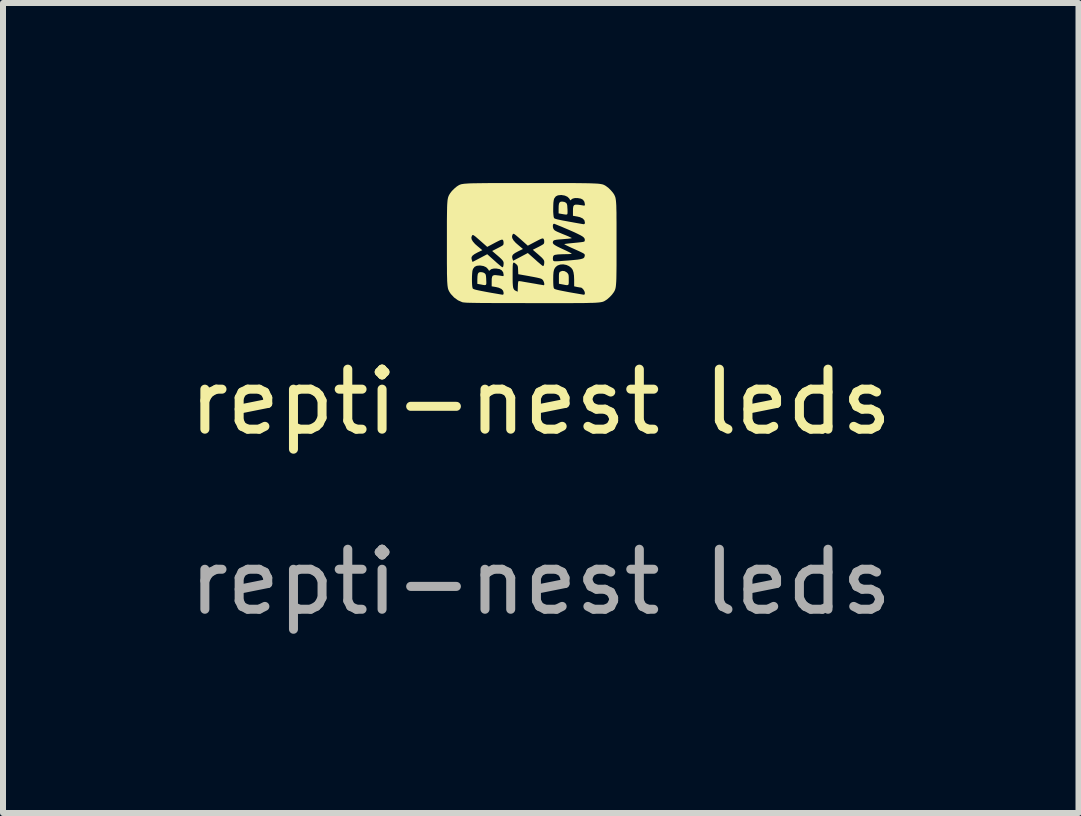
<source format=kicad_pcb>
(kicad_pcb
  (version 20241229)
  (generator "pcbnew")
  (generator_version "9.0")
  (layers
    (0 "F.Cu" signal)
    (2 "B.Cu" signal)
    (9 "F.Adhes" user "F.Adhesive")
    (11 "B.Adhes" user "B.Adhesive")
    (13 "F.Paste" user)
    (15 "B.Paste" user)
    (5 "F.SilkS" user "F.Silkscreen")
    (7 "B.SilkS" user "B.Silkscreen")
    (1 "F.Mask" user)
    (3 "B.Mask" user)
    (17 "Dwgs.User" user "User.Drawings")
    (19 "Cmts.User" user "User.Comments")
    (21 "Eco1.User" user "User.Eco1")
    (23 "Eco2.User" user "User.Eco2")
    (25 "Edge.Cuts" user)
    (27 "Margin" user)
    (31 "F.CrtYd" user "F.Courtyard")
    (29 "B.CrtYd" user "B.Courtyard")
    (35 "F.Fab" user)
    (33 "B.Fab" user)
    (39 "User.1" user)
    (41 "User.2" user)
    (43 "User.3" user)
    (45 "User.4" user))
  (footprint "repti-nest leds"
    (layer "F.Cu")
    (at 5.958 4.145)
    (property "Reference" "repti-nest leds" (at 0 -0.5 0) (unlocked yes) (layer "F.SilkS") (effects (font (size 1 1) (thickness 0.15))))
    (attr smd)
    (fp_poly (pts (xy -0.96 -2.656) (xy -0.935 -2.643) (xy -0.924 -2.632) (xy -0.916 -2.618) (xy -0.912 -2.596) (xy -0.909 -2.561) (xy -0.908 -2.534) (xy -0.906 -2.49) (xy -0.907 -2.463) (xy -0.915 -2.449) (xy -0.932 -2.445) (xy -0.963 -2.449) (xy -0.998 -2.456) (xy -1.056 -2.466) (xy -1.056 -2.538) (xy -1.054 -2.591) (xy -1.049 -2.626) (xy -1.039 -2.648) (xy -1.022 -2.659) (xy -0.998 -2.662) (xy -0.997 -2.662)) (stroke (width 0) (type solid)) (fill yes) (layer "F.SilkS"))
    (fp_poly (pts (xy 0.394 -3.831) (xy 0.419 -3.818) (xy 0.43 -3.807) (xy 0.437 -3.792) (xy 0.442 -3.77) (xy 0.444 -3.735) (xy 0.446 -3.708) (xy 0.447 -3.664) (xy 0.446 -3.637) (xy 0.439 -3.623) (xy 0.422 -3.62) (xy 0.391 -3.624) (xy 0.355 -3.63) (xy 0.298 -3.64) (xy 0.298 -3.713) (xy 0.299 -3.765) (xy 0.304 -3.801) (xy 0.315 -3.823) (xy 0.331 -3.834) (xy 0.356 -3.837) (xy 0.356 -3.837)) (stroke (width 0) (type solid)) (fill yes) (layer "F.SilkS"))
    (fp_poly (pts (xy 0.395 -2.679) (xy 0.43 -2.66) (xy 0.438 -2.653) (xy 0.452 -2.638) (xy 0.46 -2.624) (xy 0.465 -2.605) (xy 0.467 -2.576) (xy 0.467 -2.534) (xy 0.467 -2.491) (xy 0.465 -2.463) (xy 0.457 -2.449) (xy 0.439 -2.444) (xy 0.409 -2.448) (xy 0.363 -2.457) (xy 0.363 -2.457) (xy 0.303 -2.468) (xy 0.303 -2.561) (xy 0.303 -2.606) (xy 0.305 -2.635) (xy 0.31 -2.653) (xy 0.317 -2.664) (xy 0.322 -2.668) (xy 0.357 -2.682)) (stroke (width 0) (type solid)) (fill yes) (layer "F.SilkS"))
    (fp_poly (pts (xy 0.183 -4.145) (xy 0.323 -4.145) (xy 0.446 -4.145) (xy 0.554 -4.145) (xy 0.648 -4.144) (xy 0.728 -4.143) (xy 0.797 -4.142) (xy 0.855 -4.14) (xy 0.903 -4.138) (xy 0.942 -4.136) (xy 0.975 -4.133) (xy 1.001 -4.129) (xy 1.022 -4.125) (xy 1.038 -4.121) (xy 1.052 -4.115) (xy 1.065 -4.109) (xy 1.077 -4.102) (xy 1.089 -4.094) (xy 1.093 -4.091) (xy 1.131 -4.062) (xy 1.17 -4.023) (xy 1.204 -3.983) (xy 1.216 -3.965) (xy 1.225 -3.951) (xy 1.232 -3.936) (xy 1.239 -3.92) (xy 1.245 -3.901) (xy 1.249 -3.879) (xy 1.253 -3.85) (xy 1.256 -3.815) (xy 1.259 -3.77) (xy 1.26 -3.716) (xy 1.262 -3.65) (xy 1.262 -3.571) (xy 1.263 -3.478) (xy 1.263 -3.369) (xy 1.263 -3.242) (xy 1.263 -3.145) (xy 1.263 -3.006) (xy 1.263 -2.885) (xy 1.263 -2.781) (xy 1.262 -2.692) (xy 1.261 -2.617) (xy 1.26 -2.555) (xy 1.258 -2.505) (xy 1.255 -2.463) (xy 1.252 -2.43) (xy 1.248 -2.404) (xy 1.243 -2.382) (xy 1.237 -2.365) (xy 1.23 -2.349) (xy 1.222 -2.335) (xy 1.216 -2.325) (xy 1.187 -2.286) (xy 1.149 -2.246) (xy 1.11 -2.211) (xy 1.093 -2.199) (xy 1.08 -2.191) (xy 1.069 -2.184) (xy 1.057 -2.177) (xy 1.043 -2.171) (xy 1.028 -2.166) (xy 1.008 -2.162) (xy 0.984 -2.158) (xy 0.954 -2.155) (xy 0.917 -2.152) (xy 0.872 -2.15) (xy 0.818 -2.149) (xy 0.753 -2.147) (xy 0.677 -2.146) (xy 0.588 -2.146) (xy 0.485 -2.145) (xy 0.367 -2.145) (xy 0.233 -2.145) (xy 0.082 -2.145) (xy -0.087 -2.145) (xy -0.154 -2.145) (xy -0.329 -2.146) (xy -0.486 -2.146) (xy -0.624 -2.146) (xy -0.746 -2.146) (xy -0.853 -2.147) (xy -0.945 -2.147) (xy -1.023 -2.148) (xy -1.09 -2.149) (xy -1.145 -2.15) (xy -1.19 -2.151) (xy -1.227 -2.152) (xy -1.255 -2.154) (xy -1.277 -2.156) (xy -1.293 -2.158) (xy -1.304 -2.16) (xy -1.308 -2.161) (xy -1.378 -2.192) (xy -1.443 -2.239) (xy -1.498 -2.298) (xy -1.516 -2.325) (xy -1.525 -2.34) (xy -1.532 -2.354) (xy -1.539 -2.37) (xy -1.545 -2.389) (xy -1.549 -2.411) (xy -1.553 -2.44) (xy -1.556 -2.476) (xy -1.559 -2.52) (xy -1.559 -2.544) (xy -1.146 -2.544) (xy -1.145 -2.493) (xy -1.143 -2.447) (xy -1.139 -2.412) (xy -1.133 -2.39) (xy -1.132 -2.389) (xy -1.123 -2.382) (xy -1.106 -2.375) (xy -1.079 -2.367) (xy -1.039 -2.358) (xy -0.984 -2.347) (xy -0.912 -2.333) (xy -0.885 -2.328) (xy -0.819 -2.316) (xy -0.759 -2.306) (xy -0.707 -2.297) (xy -0.667 -2.29) (xy -0.642 -2.286) (xy -0.635 -2.285) (xy -0.622 -2.29) (xy -0.618 -2.309) (xy -0.618 -2.315) (xy -0.627 -2.352) (xy -0.654 -2.381) (xy -0.7 -2.402) (xy -0.745 -2.413) (xy -0.817 -2.425) (xy -0.817 -2.502) (xy -0.816 -2.552) (xy -0.81 -2.584) (xy -0.798 -2.603) (xy -0.776 -2.611) (xy -0.743 -2.611) (xy -0.728 -2.609) (xy -0.691 -2.605) (xy -0.659 -2.6) (xy -0.642 -2.597) (xy -0.624 -2.595) (xy -0.618 -2.605) (xy -0.618 -2.617) (xy -0.618 -2.618) (xy -0.468 -2.618) (xy -0.468 -2.542) (xy -0.467 -2.483) (xy -0.464 -2.439) (xy -0.46 -2.407) (xy -0.452 -2.384) (xy -0.442 -2.368) (xy -0.429 -2.357) (xy -0.415 -2.35) (xy -0.384 -2.335) (xy -0.381 -2.424) (xy -0.379 -2.468) (xy -0.376 -2.495) (xy -0.371 -2.509) (xy -0.364 -2.513) (xy -0.35 -2.511) (xy -0.319 -2.507) (xy -0.276 -2.499) (xy -0.223 -2.49) (xy -0.163 -2.48) (xy -0.153 -2.478) (xy -0.093 -2.468) (xy -0.039 -2.458) (xy 0.005 -2.451) (xy 0.035 -2.446) (xy 0.05 -2.443) (xy 0.051 -2.443) (xy 0.059 -2.451) (xy 0.059 -2.471) (xy 0.053 -2.496) (xy 0.042 -2.52) (xy 0.035 -2.53) (xy 0.025 -2.54) (xy 0.022 -2.542) (xy 0.208 -2.542) (xy 0.209 -2.48) (xy 0.211 -2.436) (xy 0.215 -2.406) (xy 0.221 -2.39) (xy 0.222 -2.389) (xy 0.23 -2.382) (xy 0.247 -2.375) (xy 0.275 -2.367) (xy 0.315 -2.358) (xy 0.37 -2.347) (xy 0.442 -2.333) (xy 0.468 -2.328) (xy 0.535 -2.316) (xy 0.595 -2.306) (xy 0.647 -2.297) (xy 0.687 -2.29) (xy 0.712 -2.286) (xy 0.718 -2.285) (xy 0.731 -2.29) (xy 0.736 -2.31) (xy 0.736 -2.313) (xy 0.73 -2.338) (xy 0.715 -2.366) (xy 0.695 -2.389) (xy 0.676 -2.403) (xy 0.671 -2.404) (xy 0.654 -2.406) (xy 0.625 -2.411) (xy 0.607 -2.414) (xy 0.557 -2.425) (xy 0.557 -2.536) (xy 0.554 -2.605) (xy 0.546 -2.658) (xy 0.532 -2.7) (xy 0.509 -2.732) (xy 0.476 -2.758) (xy 0.475 -2.76) (xy 0.428 -2.781) (xy 0.376 -2.791) (xy 0.326 -2.788) (xy 0.283 -2.773) (xy 0.278 -2.77) (xy 0.252 -2.75) (xy 0.234 -2.727) (xy 0.221 -2.699) (xy 0.213 -2.661) (xy 0.209 -2.61) (xy 0.208 -2.543) (xy 0.208 -2.542) (xy 0.022 -2.542) (xy 0.014 -2.548) (xy -0.003 -2.555) (xy -0.028 -2.562) (xy -0.063 -2.57) (xy -0.113 -2.58) (xy -0.179 -2.592) (xy -0.181 -2.593) (xy -0.374 -2.627) (xy -0.377 -2.699) (xy -0.379 -2.737) (xy -0.383 -2.762) (xy -0.392 -2.778) (xy -0.406 -2.793) (xy -0.41 -2.796) (xy -0.429 -2.811) (xy -0.443 -2.82) (xy -0.453 -2.821) (xy -0.46 -2.811) (xy -0.465 -2.789) (xy -0.467 -2.754) (xy -0.468 -2.702) (xy -0.468 -2.633) (xy -0.468 -2.618) (xy -0.618 -2.618) (xy -0.626 -2.66) (xy -0.65 -2.692) (xy -0.685 -2.712) (xy -0.736 -2.721) (xy -0.782 -2.721) (xy -0.819 -2.713) (xy -0.838 -2.701) (xy -0.853 -2.688) (xy -0.861 -2.684) (xy -0.861 -2.684) (xy -0.867 -2.694) (xy -0.879 -2.713) (xy -0.879 -2.713) (xy -0.909 -2.743) (xy -0.953 -2.763) (xy -1.007 -2.772) (xy -1.018 -2.772) (xy -1.066 -2.767) (xy -1.101 -2.75) (xy -1.125 -2.719) (xy -1.131 -2.706) (xy -1.138 -2.681) (xy -1.142 -2.642) (xy -1.145 -2.595) (xy -1.146 -2.544) (xy -1.559 -2.544) (xy -1.56 -2.574) (xy -1.562 -2.64) (xy -1.562 -2.719) (xy -1.563 -2.812) (xy -1.563 -2.921) (xy -1.563 -3.048) (xy -1.563 -3.145) (xy -1.563 -3.244) (xy -1.155 -3.244) (xy -1.152 -3.21) (xy -1.131 -3.173) (xy -1.094 -3.13) (xy -1.054 -3.095) (xy -0.973 -3.027) (xy -1.057 -2.987) (xy -1.105 -2.96) (xy -1.136 -2.936) (xy -1.152 -2.912) (xy -1.153 -2.884) (xy -1.146 -2.859) (xy -1.136 -2.831) (xy -1.014 -2.895) (xy -0.891 -2.96) (xy -0.769 -2.851) (xy -0.728 -2.814) (xy -0.691 -2.783) (xy -0.662 -2.759) (xy -0.644 -2.745) (xy -0.638 -2.742) (xy -0.628 -2.75) (xy -0.624 -2.758) (xy -0.62 -2.778) (xy -0.618 -2.806) (xy -0.618 -2.807) (xy -0.619 -2.824) (xy -0.625 -2.841) (xy -0.637 -2.859) (xy -0.657 -2.881) (xy -0.688 -2.91) (xy -0.733 -2.949) (xy -0.736 -2.951) (xy -0.809 -3.014) (xy -0.721 -3.059) (xy -0.682 -3.079) (xy -0.651 -3.096) (xy -0.631 -3.109) (xy -0.625 -3.114) (xy -0.619 -3.137) (xy -0.619 -3.165) (xy -0.626 -3.191) (xy -0.632 -3.199) (xy -0.641 -3.203) (xy -0.656 -3.201) (xy -0.68 -3.192) (xy -0.715 -3.175) (xy -0.764 -3.15) (xy -0.769 -3.147) (xy -0.891 -3.082) (xy -1.01 -3.187) (xy -1.055 -3.226) (xy -1.087 -3.254) (xy -1.1 -3.263) (xy -0.478 -3.263) (xy -0.475 -3.23) (xy -0.455 -3.193) (xy -0.417 -3.15) (xy -0.377 -3.115) (xy -0.296 -3.047) (xy -0.38 -3.006) (xy -0.428 -2.98) (xy -0.46 -2.956) (xy -0.475 -2.931) (xy -0.476 -2.904) (xy -0.469 -2.878) (xy -0.459 -2.851) (xy -0.215 -2.98) (xy -0.092 -2.871) (xy -0.051 -2.834) (xy -0.014 -2.803) (xy 0.014 -2.779) (xy 0.033 -2.765) (xy 0.039 -2.762) (xy 0.049 -2.77) (xy 0.053 -2.778) (xy 0.057 -2.798) (xy 0.059 -2.826) (xy 0.059 -2.827) (xy 0.058 -2.844) (xy 0.052 -2.861) (xy 0.04 -2.878) (xy 0.02 -2.901) (xy -0.012 -2.93) (xy -0.056 -2.969) (xy -0.059 -2.971) (xy -0.132 -3.034) (xy -0.044 -3.078) (xy -0.006 -3.098) (xy 0.026 -3.116) (xy 0.046 -3.129) (xy 0.051 -3.134) (xy 0.058 -3.156) (xy 0.058 -3.158) (xy 0.201 -3.158) (xy 0.204 -3.142) (xy 0.216 -3.126) (xy 0.24 -3.109) (xy 0.277 -3.088) (xy 0.33 -3.062) (xy 0.367 -3.045) (xy 0.417 -3.022) (xy 0.46 -3.001) (xy 0.493 -2.984) (xy 0.512 -2.973) (xy 0.517 -2.969) (xy 0.508 -2.966) (xy 0.483 -2.963) (xy 0.446 -2.961) (xy 0.42 -2.961) (xy 0.37 -2.96) (xy 0.322 -2.958) (xy 0.282 -2.956) (xy 0.27 -2.954) (xy 0.237 -2.949) (xy 0.219 -2.941) (xy 0.209 -2.927) (xy 0.207 -2.923) (xy 0.202 -2.894) (xy 0.204 -2.87) (xy 0.206 -2.86) (xy 0.209 -2.852) (xy 0.216 -2.847) (xy 0.228 -2.843) (xy 0.249 -2.842) (xy 0.279 -2.843) (xy 0.322 -2.845) (xy 0.38 -2.85) (xy 0.455 -2.855) (xy 0.477 -2.857) (xy 0.555 -2.864) (xy 0.615 -2.87) (xy 0.659 -2.877) (xy 0.691 -2.885) (xy 0.712 -2.894) (xy 0.725 -2.907) (xy 0.731 -2.923) (xy 0.734 -2.937) (xy 0.734 -2.948) (xy 0.732 -2.956) (xy 0.724 -2.965) (xy 0.709 -2.976) (xy 0.683 -2.989) (xy 0.646 -3.007) (xy 0.593 -3.031) (xy 0.562 -3.045) (xy 0.508 -3.069) (xy 0.462 -3.091) (xy 0.425 -3.109) (xy 0.401 -3.122) (xy 0.392 -3.128) (xy 0.392 -3.128) (xy 0.403 -3.131) (xy 0.431 -3.135) (xy 0.472 -3.14) (xy 0.522 -3.145) (xy 0.564 -3.149) (xy 0.625 -3.155) (xy 0.669 -3.16) (xy 0.699 -3.164) (xy 0.717 -3.168) (xy 0.728 -3.173) (xy 0.732 -3.18) (xy 0.734 -3.189) (xy 0.734 -3.19) (xy 0.734 -3.208) (xy 0.729 -3.223) (xy 0.717 -3.239) (xy 0.696 -3.256) (xy 0.664 -3.275) (xy 0.62 -3.297) (xy 0.562 -3.325) (xy 0.487 -3.358) (xy 0.464 -3.368) (xy 0.4 -3.395) (xy 0.342 -3.42) (xy 0.292 -3.44) (xy 0.254 -3.456) (xy 0.229 -3.466) (xy 0.22 -3.468) (xy 0.208 -3.46) (xy 0.202 -3.439) (xy 0.203 -3.411) (xy 0.211 -3.385) (xy 0.219 -3.372) (xy 0.23 -3.36) (xy 0.248 -3.348) (xy 0.276 -3.334) (xy 0.316 -3.317) (xy 0.371 -3.294) (xy 0.421 -3.274) (xy 0.463 -3.256) (xy 0.495 -3.241) (xy 0.514 -3.232) (xy 0.517 -3.229) (xy 0.508 -3.225) (xy 0.483 -3.221) (xy 0.448 -3.217) (xy 0.43 -3.216) (xy 0.36 -3.21) (xy 0.307 -3.206) (xy 0.268 -3.202) (xy 0.242 -3.197) (xy 0.225 -3.193) (xy 0.215 -3.187) (xy 0.209 -3.18) (xy 0.206 -3.175) (xy 0.201 -3.158) (xy 0.058 -3.158) (xy 0.058 -3.185) (xy 0.051 -3.21) (xy 0.044 -3.219) (xy 0.035 -3.223) (xy 0.02 -3.221) (xy -0.003 -3.212) (xy -0.038 -3.195) (xy -0.088 -3.169) (xy -0.092 -3.167) (xy -0.215 -3.102) (xy -0.333 -3.207) (xy -0.378 -3.246) (xy -0.41 -3.273) (xy -0.433 -3.291) (xy -0.447 -3.299) (xy -0.457 -3.3) (xy -0.463 -3.296) (xy -0.465 -3.294) (xy -0.478 -3.263) (xy -1.1 -3.263) (xy -1.11 -3.271) (xy -1.124 -3.279) (xy -1.134 -3.28) (xy -1.14 -3.276) (xy -1.142 -3.274) (xy -1.155 -3.244) (xy -1.563 -3.244) (xy -1.563 -3.284) (xy -1.563 -3.406) (xy -1.563 -3.51) (xy -1.562 -3.598) (xy -1.561 -3.673) (xy -1.56 -3.718) (xy 0.208 -3.718) (xy 0.208 -3.667) (xy 0.211 -3.622) (xy 0.215 -3.586) (xy 0.221 -3.565) (xy 0.222 -3.563) (xy 0.23 -3.556) (xy 0.247 -3.549) (xy 0.275 -3.541) (xy 0.315 -3.532) (xy 0.37 -3.521) (xy 0.442 -3.508) (xy 0.468 -3.503) (xy 0.535 -3.491) (xy 0.595 -3.48) (xy 0.647 -3.471) (xy 0.687 -3.464) (xy 0.712 -3.46) (xy 0.718 -3.46) (xy 0.731 -3.464) (xy 0.736 -3.483) (xy 0.736 -3.489) (xy 0.727 -3.526) (xy 0.699 -3.556) (xy 0.654 -3.577) (xy 0.608 -3.588) (xy 0.537 -3.6) (xy 0.537 -3.677) (xy 0.538 -3.726) (xy 0.544 -3.759) (xy 0.556 -3.777) (xy 0.577 -3.785) (xy 0.611 -3.785) (xy 0.625 -3.784) (xy 0.662 -3.779) (xy 0.695 -3.774) (xy 0.711 -3.771) (xy 0.729 -3.769) (xy 0.735 -3.78) (xy 0.736 -3.791) (xy 0.727 -3.834) (xy 0.704 -3.867) (xy 0.669 -3.886) (xy 0.618 -3.895) (xy 0.572 -3.896) (xy 0.534 -3.887) (xy 0.516 -3.876) (xy 0.501 -3.862) (xy 0.493 -3.858) (xy 0.493 -3.858) (xy 0.487 -3.868) (xy 0.475 -3.887) (xy 0.475 -3.888) (xy 0.445 -3.917) (xy 0.401 -3.937) (xy 0.347 -3.946) (xy 0.336 -3.946) (xy 0.287 -3.941) (xy 0.252 -3.924) (xy 0.228 -3.893) (xy 0.222 -3.881) (xy 0.216 -3.855) (xy 0.211 -3.817) (xy 0.209 -3.77) (xy 0.208 -3.718) (xy -1.56 -3.718) (xy -1.56 -3.735) (xy -1.558 -3.786) (xy -1.555 -3.828) (xy -1.552 -3.861) (xy -1.547 -3.888) (xy -1.542 -3.91) (xy -1.535 -3.928) (xy -1.528 -3.944) (xy -1.519 -3.959) (xy -1.509 -3.975) (xy -1.48 -4.013) (xy -1.441 -4.052) (xy -1.401 -4.086) (xy -1.383 -4.098) (xy -1.372 -4.105) (xy -1.36 -4.112) (xy -1.349 -4.117) (xy -1.335 -4.122) (xy -1.319 -4.127) (xy -1.298 -4.13) (xy -1.273 -4.134) (xy -1.241 -4.136) (xy -1.201 -4.139) (xy -1.154 -4.141) (xy -1.096 -4.142) (xy -1.028 -4.143) (xy -0.947 -4.144) (xy -0.854 -4.145) (xy -0.746 -4.145) (xy -0.623 -4.145) (xy -0.484 -4.145) (xy -0.327 -4.145) (xy -0.15 -4.145) (xy 0.026 -4.145)) (stroke (width 0) (type solid)) (fill yes) (layer "F.SilkS"))
    (fp_text user "${REFERENCE}" (at 0 2.5 0) (unlocked yes) (layer "F.Fab") (effects (font (size 1 1) (thickness 0.15)))))
  (gr_rect
    (start -3 -3)
    (end 14.917 10.494)
    (stroke (width 0.1) (type default))
    (fill no)
    (layer "Edge.Cuts")))
</source>
